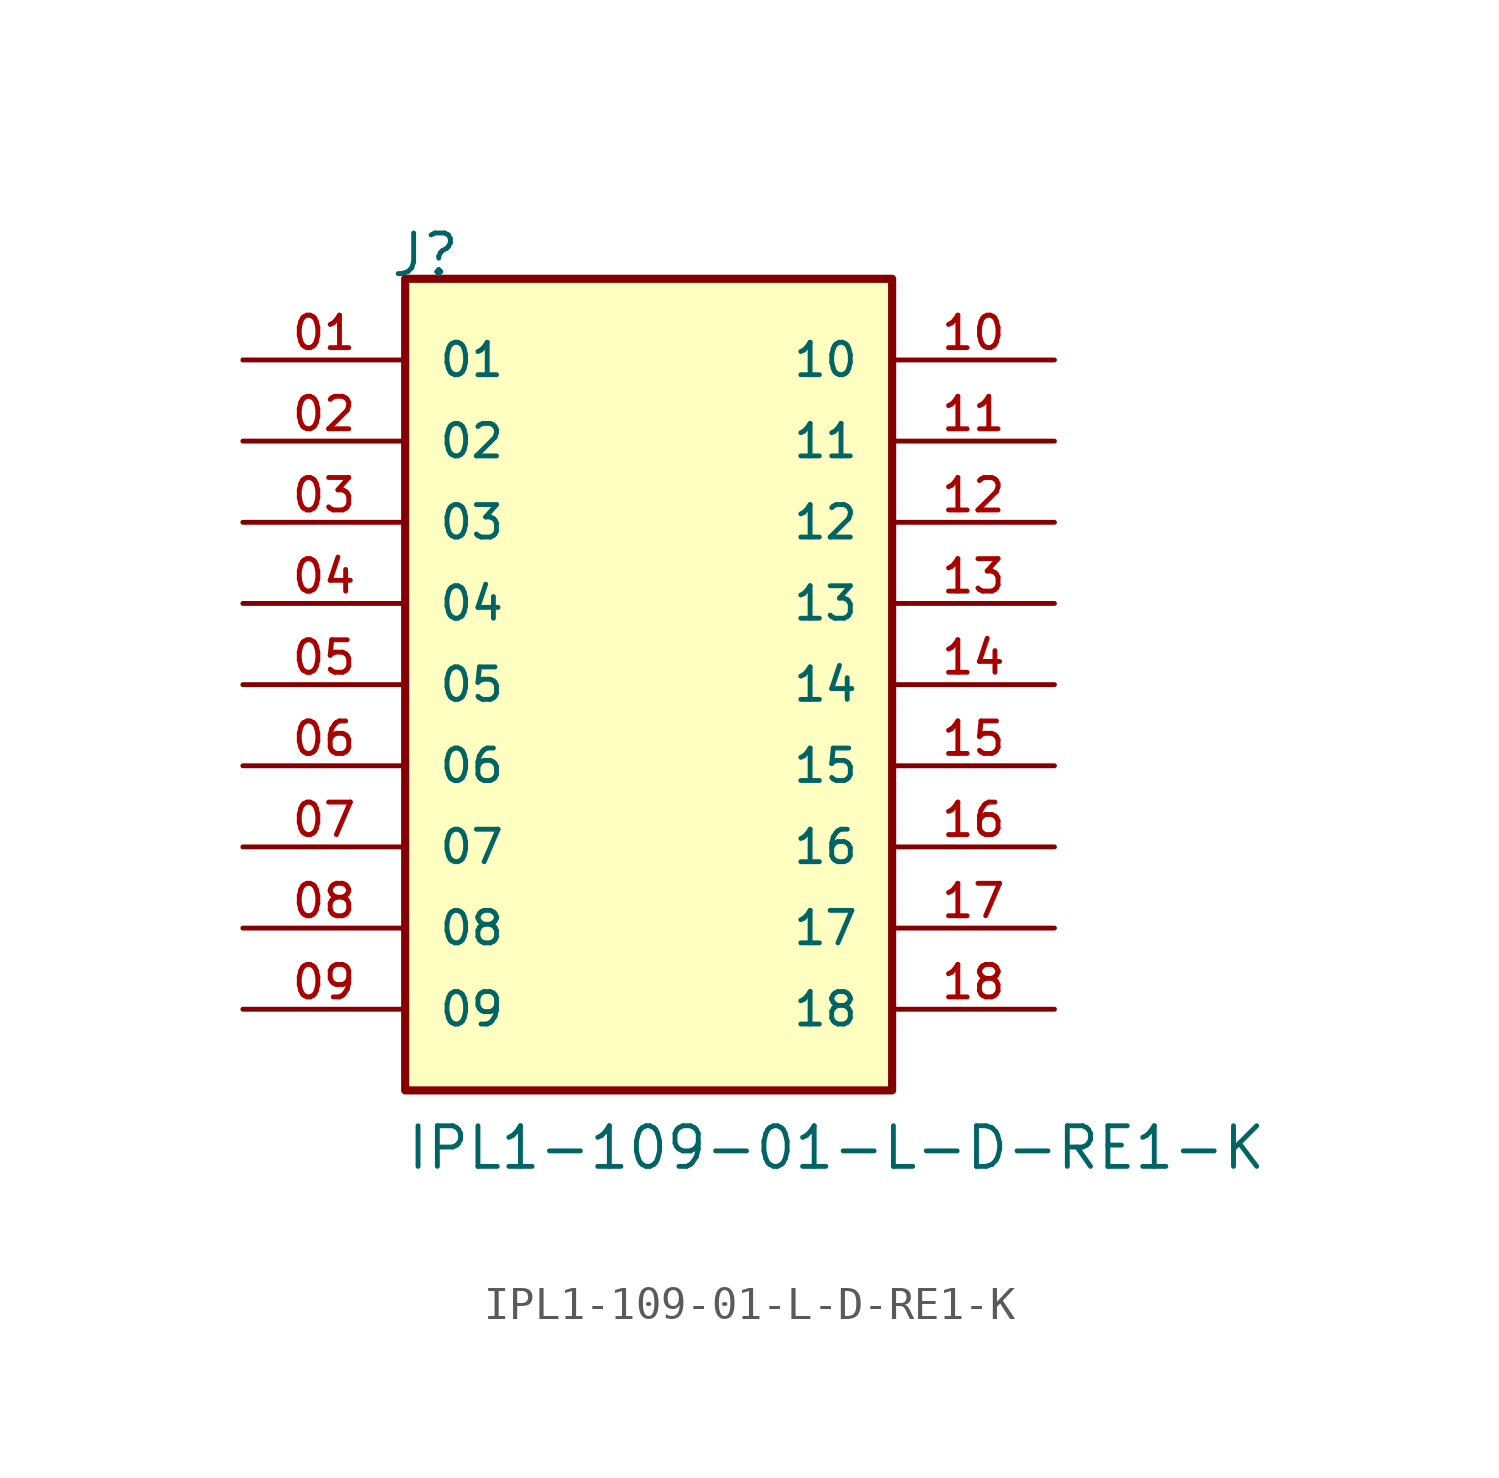
<source format=kicad_sym>
(kicad_symbol_lib
  (version 20211014)
  (generator kicad_symbol_editor)
  (symbol "IPL1-109-01-L-D-RE1-K"
    (pin_names
      (offset 1.016))
    (property "Reference" "J"
      (at -8.12 12.7 0)
      (effects (font (size 1.27 1.27)) (justify bottom left)))
    (property "Value" "IPL1-109-01-L-D-RE1-K"
      (at -7.62 -15.24 0)
      (effects (font (size 1.27 1.27)) (justify bottom left)))
    (symbol "IPL1-109-01-L-D-RE1-K_0_0"
      (rectangle (start -7.62 -12.7) (end 7.62 12.7) (stroke (width 0.254)) (fill (type background)))
      (pin passive line (at -12.7 10.16 0) (length 5.08) (name "01" (effects (font (size 1.016 1.016)))) (number "01" (effects (font (size 1.016 1.016)))))
      (pin passive line (at -12.7 7.62 0) (length 5.08) (name "02" (effects (font (size 1.016 1.016)))) (number "02" (effects (font (size 1.016 1.016)))))
      (pin passive line (at -12.7 5.08 0) (length 5.08) (name "03" (effects (font (size 1.016 1.016)))) (number "03" (effects (font (size 1.016 1.016)))))
      (pin passive line (at -12.7 2.54 0) (length 5.08) (name "04" (effects (font (size 1.016 1.016)))) (number "04" (effects (font (size 1.016 1.016)))))
      (pin passive line (at -12.7 0.0 0) (length 5.08) (name "05" (effects (font (size 1.016 1.016)))) (number "05" (effects (font (size 1.016 1.016)))))
      (pin passive line (at -12.7 -2.54 0) (length 5.08) (name "06" (effects (font (size 1.016 1.016)))) (number "06" (effects (font (size 1.016 1.016)))))
      (pin passive line (at -12.7 -5.08 0) (length 5.08) (name "07" (effects (font (size 1.016 1.016)))) (number "07" (effects (font (size 1.016 1.016)))))
      (pin passive line (at -12.7 -7.62 0) (length 5.08) (name "08" (effects (font (size 1.016 1.016)))) (number "08" (effects (font (size 1.016 1.016)))))
      (pin passive line (at -12.7 -10.16 0) (length 5.08) (name "09" (effects (font (size 1.016 1.016)))) (number "09" (effects (font (size 1.016 1.016)))))
      (pin passive line (at 12.7 10.16 180.0) (length 5.08) (name "10" (effects (font (size 1.016 1.016)))) (number "10" (effects (font (size 1.016 1.016)))))
      (pin passive line (at 12.7 7.62 180.0) (length 5.08) (name "11" (effects (font (size 1.016 1.016)))) (number "11" (effects (font (size 1.016 1.016)))))
      (pin passive line (at 12.7 5.08 180.0) (length 5.08) (name "12" (effects (font (size 1.016 1.016)))) (number "12" (effects (font (size 1.016 1.016)))))
      (pin passive line (at 12.7 2.54 180.0) (length 5.08) (name "13" (effects (font (size 1.016 1.016)))) (number "13" (effects (font (size 1.016 1.016)))))
      (pin passive line (at 12.7 0.0 180.0) (length 5.08) (name "14" (effects (font (size 1.016 1.016)))) (number "14" (effects (font (size 1.016 1.016)))))
      (pin passive line (at 12.7 -2.54 180.0) (length 5.08) (name "15" (effects (font (size 1.016 1.016)))) (number "15" (effects (font (size 1.016 1.016)))))
      (pin passive line (at 12.7 -5.08 180.0) (length 5.08) (name "16" (effects (font (size 1.016 1.016)))) (number "16" (effects (font (size 1.016 1.016)))))
      (pin passive line (at 12.7 -7.62 180.0) (length 5.08) (name "17" (effects (font (size 1.016 1.016)))) (number "17" (effects (font (size 1.016 1.016)))))
      (pin passive line (at 12.7 -10.16 180.0) (length 5.08) (name "18" (effects (font (size 1.016 1.016)))) (number "18" (effects (font (size 1.016 1.016))))))))
</source>
